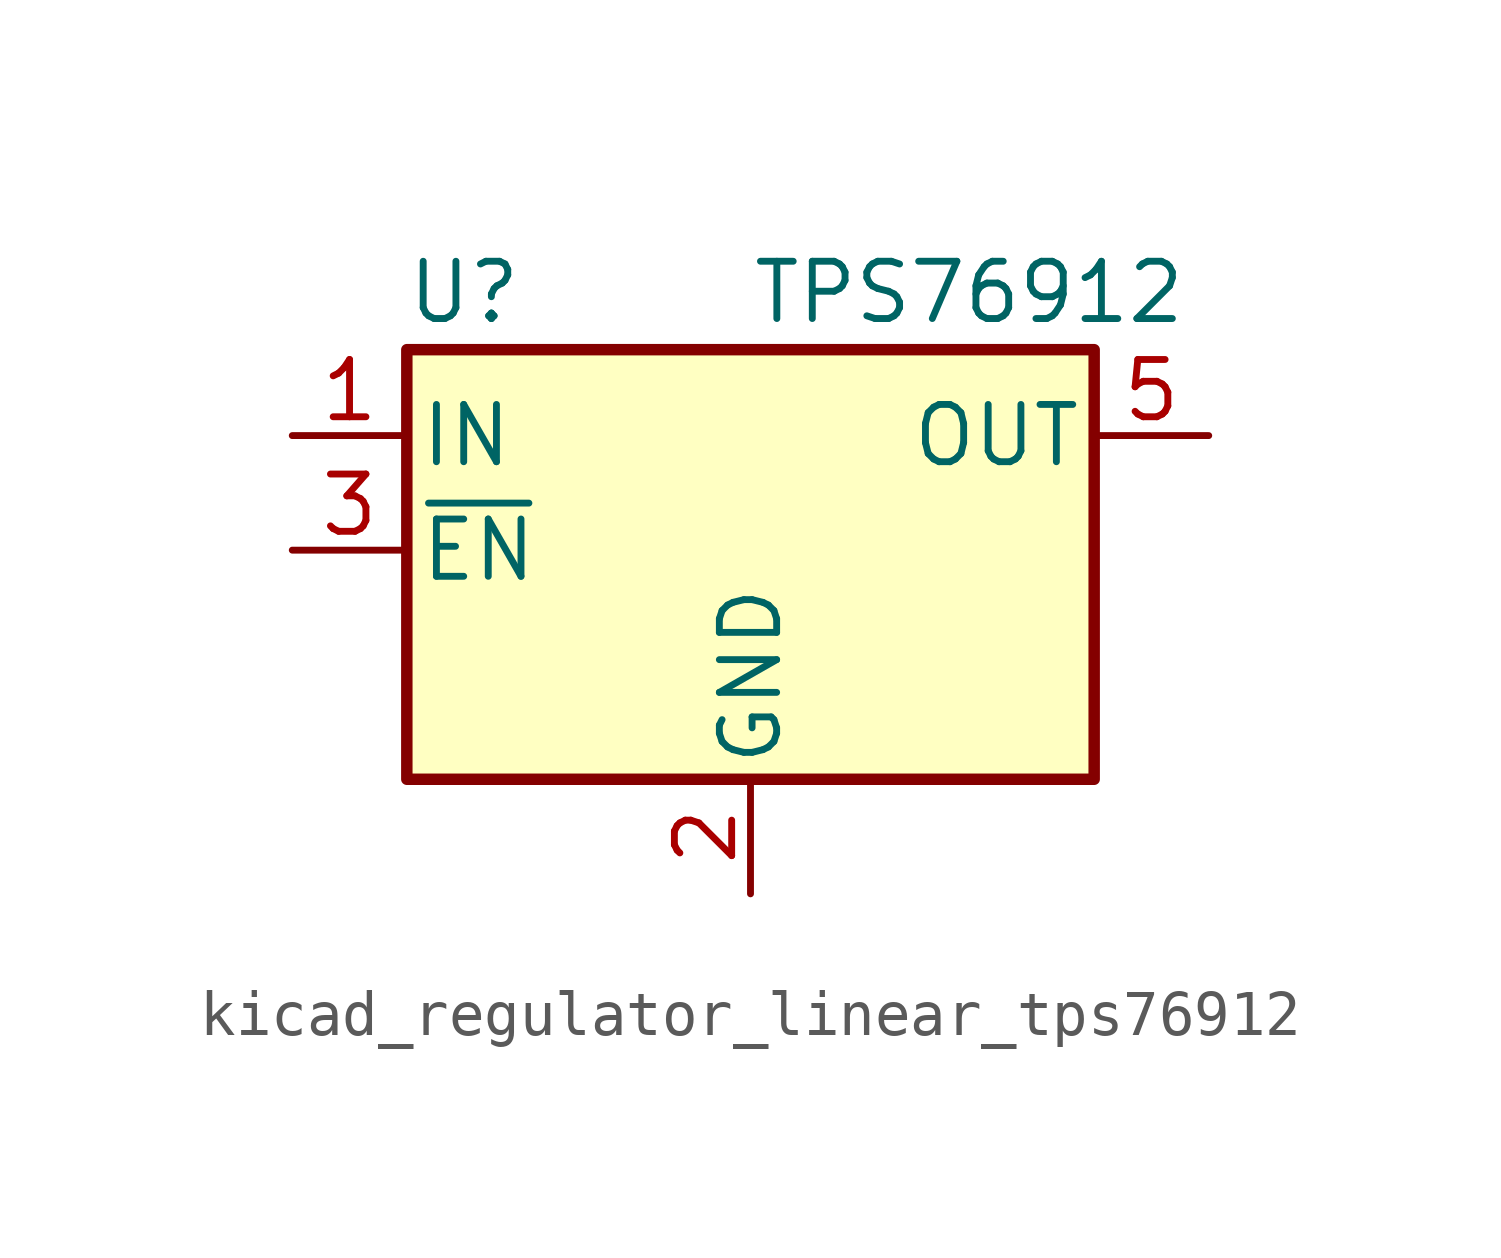
<source format=kicad_sym>
(kicad_symbol_lib
  (version 20220914)
  (generator kicad_symbol_editor)
  (symbol "kicad_regulator_linear_tps76912"
    (pin_names
      (offset 0.254))
    (property "Reference" "U"
      (at -6.35 5.715 0)
      (effects (font (size 1.27 1.27))))
    (property "Value" "TPS76912"
      (at 0 5.715 0)
      (effects (font (size 1.27 1.27)) (justify left)))
    (symbol "kicad_regulator_linear_tps76912_0_1"
      (rectangle (start -7.62 4.445) (end 7.62 -5.08) (stroke (width 0.254) (type default)) (fill (type background))))
    (symbol "kicad_regulator_linear_tps76912_1_1"
      (pin power_in line (at -10.16 2.54 0) (length 2.54) (name "IN" (effects (font (size 1.27 1.27)))) (number "1" (effects (font (size 1.27 1.27)))))
      (pin power_in line (at 0 -7.62 90) (length 2.54) (name "GND" (effects (font (size 1.27 1.27)))) (number "2" (effects (font (size 1.27 1.27)))))
      (pin input line (at -10.16 0 0) (length 2.54) (name "~{EN}" (effects (font (size 1.27 1.27)))) (number "3" (effects (font (size 1.27 1.27)))))
      (pin no_connect line (at 7.62 0 180) (length 2.54) hide (name "NC" (effects (font (size 1.27 1.27)))) (number "4" (effects (font (size 1.27 1.27)))))
      (pin power_out line (at 10.16 2.54 180) (length 2.54) (name "OUT" (effects (font (size 1.27 1.27)))) (number "5" (effects (font (size 1.27 1.27))))))))
</source>
